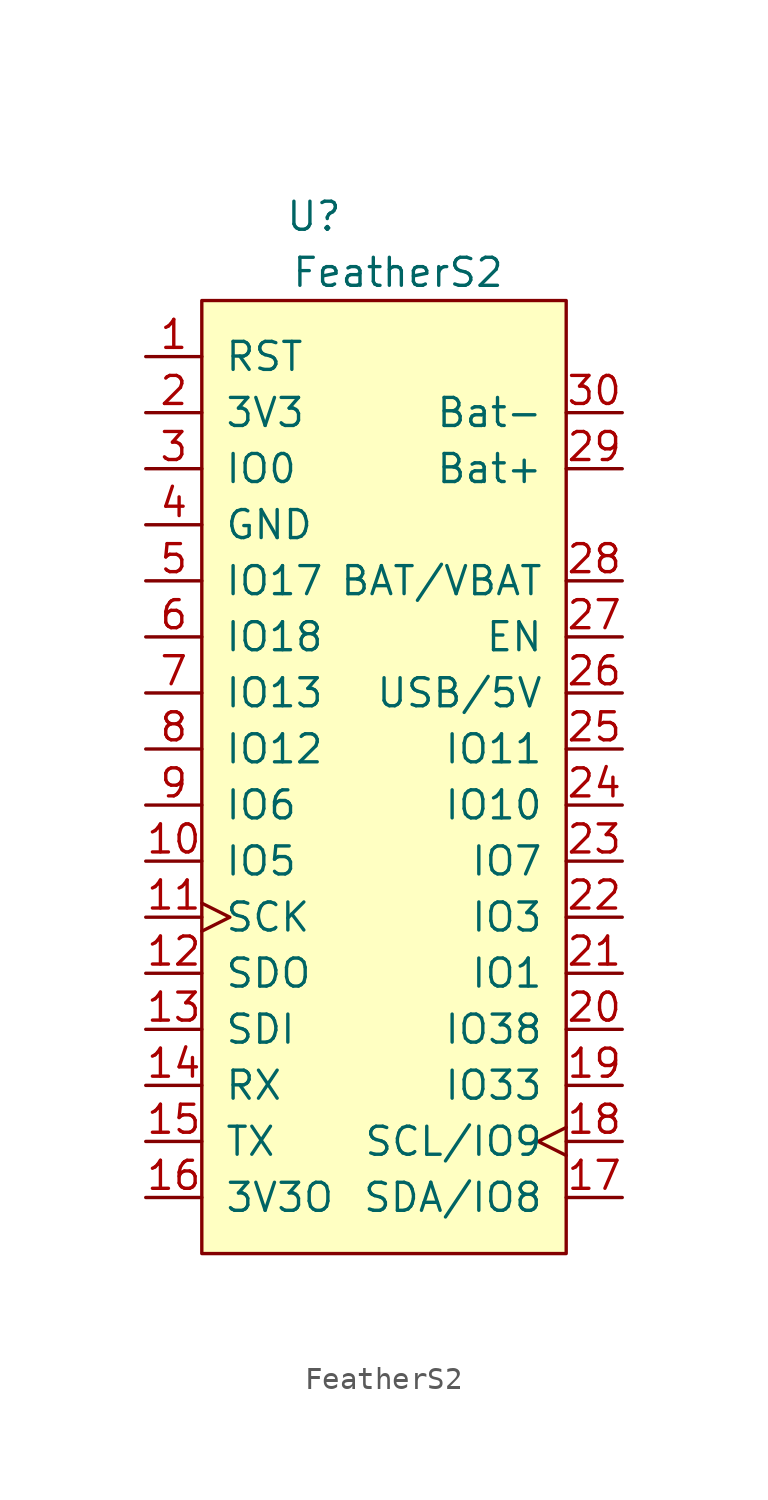
<source format=kicad_sym>
(kicad_symbol_lib
  (version 20211014)
  (generator kicad_symbol_editor)
  (symbol "FeatherS2"
    (pin_names
      (offset 1.016))
    (property "Reference" "U"
      (at -3.81 24.13 0)
      (effects (font (size 1.27 1.27))))
    (property "Value" "FeatherS2"
      (at 0 21.59 0)
      (effects (font (size 1.27 1.27))))
    (symbol "FeatherS2_0_1"
      (rectangle (start -8.89 20.32) (end 7.62 -22.86) (stroke (width 0) (type default) (color 0 0 0 0)) (fill (type background))))
    (symbol "FeatherS2_1_1"
      (pin input line (at -11.43 17.78 0) (length 2.54) (name "RST" (effects (font (size 1.27 1.27)))) (number "1" (effects (font (size 1.27 1.27)))))
      (pin bidirectional line (at -11.43 -5.08 0) (length 2.54) (name "IO5" (effects (font (size 1.27 1.27)))) (number "10" (effects (font (size 1.27 1.27)))))
      (pin output clock (at -11.43 -7.62 0) (length 2.54) (name "SCK" (effects (font (size 1.27 1.27)))) (number "11" (effects (font (size 1.27 1.27)))))
      (pin output line (at -11.43 -10.16 0) (length 2.54) (name "SDO" (effects (font (size 1.27 1.27)))) (number "12" (effects (font (size 1.27 1.27)))))
      (pin input line (at -11.43 -12.7 0) (length 2.54) (name "SDI" (effects (font (size 1.27 1.27)))) (number "13" (effects (font (size 1.27 1.27)))))
      (pin input line (at -11.43 -15.24 0) (length 2.54) (name "RX" (effects (font (size 1.27 1.27)))) (number "14" (effects (font (size 1.27 1.27)))))
      (pin output line (at -11.43 -17.78 0) (length 2.54) (name "TX" (effects (font (size 1.27 1.27)))) (number "15" (effects (font (size 1.27 1.27)))))
      (pin power_out line (at -11.43 -20.32 0) (length 2.54) (name "3V3O" (effects (font (size 1.27 1.27)))) (number "16" (effects (font (size 1.27 1.27)))))
      (pin bidirectional line (at 10.16 -20.32 180) (length 2.54) (name "SDA/IO8" (effects (font (size 1.27 1.27)))) (number "17" (effects (font (size 1.27 1.27)))))
      (pin bidirectional clock (at 10.16 -17.78 180) (length 2.54) (name "SCL/IO9" (effects (font (size 1.27 1.27)))) (number "18" (effects (font (size 1.27 1.27)))))
      (pin bidirectional line (at 10.16 -15.24 180) (length 2.54) (name "IO33" (effects (font (size 1.27 1.27)))) (number "19" (effects (font (size 1.27 1.27)))))
      (pin power_out line (at -11.43 15.24 0) (length 2.54) (name "3V3" (effects (font (size 1.27 1.27)))) (number "2" (effects (font (size 1.27 1.27)))))
      (pin bidirectional line (at 10.16 -12.7 180) (length 2.54) (name "IO38" (effects (font (size 1.27 1.27)))) (number "20" (effects (font (size 1.27 1.27)))))
      (pin bidirectional line (at 10.16 -10.16 180) (length 2.54) (name "IO1" (effects (font (size 1.27 1.27)))) (number "21" (effects (font (size 1.27 1.27)))))
      (pin bidirectional line (at 10.16 -7.62 180) (length 2.54) (name "IO3" (effects (font (size 1.27 1.27)))) (number "22" (effects (font (size 1.27 1.27)))))
      (pin bidirectional line (at 10.16 -5.08 180) (length 2.54) (name "IO7" (effects (font (size 1.27 1.27)))) (number "23" (effects (font (size 1.27 1.27)))))
      (pin bidirectional line (at 10.16 -2.54 180) (length 2.54) (name "IO10" (effects (font (size 1.27 1.27)))) (number "24" (effects (font (size 1.27 1.27)))))
      (pin bidirectional line (at 10.16 0 180) (length 2.54) (name "IO11" (effects (font (size 1.27 1.27)))) (number "25" (effects (font (size 1.27 1.27)))))
      (pin power_out line (at 10.16 2.54 180) (length 2.54) (name "USB/5V" (effects (font (size 1.27 1.27)))) (number "26" (effects (font (size 1.27 1.27)))))
      (pin bidirectional line (at 10.16 5.08 180) (length 2.54) (name "EN" (effects (font (size 1.27 1.27)))) (number "27" (effects (font (size 1.27 1.27)))))
      (pin bidirectional line (at 10.16 7.62 180) (length 2.54) (name "BAT/VBAT" (effects (font (size 1.27 1.27)))) (number "28" (effects (font (size 1.27 1.27)))))
      (pin power_in line (at 10.16 12.7 180) (length 2.54) (name "Bat+" (effects (font (size 1.27 1.27)))) (number "29" (effects (font (size 1.27 1.27)))))
      (pin bidirectional line (at -11.43 12.7 0) (length 2.54) (name "IO0" (effects (font (size 1.27 1.27)))) (number "3" (effects (font (size 1.27 1.27)))))
      (pin power_in line (at 10.16 15.24 180) (length 2.54) (name "Bat-" (effects (font (size 1.27 1.27)))) (number "30" (effects (font (size 1.27 1.27)))))
      (pin power_out line (at -11.43 10.16 0) (length 2.54) (name "GND" (effects (font (size 1.27 1.27)))) (number "4" (effects (font (size 1.27 1.27)))))
      (pin bidirectional line (at -11.43 7.62 0) (length 2.54) (name "IO17" (effects (font (size 1.27 1.27)))) (number "5" (effects (font (size 1.27 1.27)))))
      (pin bidirectional line (at -11.43 5.08 0) (length 2.54) (name "IO18" (effects (font (size 1.27 1.27)))) (number "6" (effects (font (size 1.27 1.27)))))
      (pin bidirectional line (at -11.43 2.54 0) (length 2.54) (name "IO13" (effects (font (size 1.27 1.27)))) (number "7" (effects (font (size 1.27 1.27)))))
      (pin bidirectional line (at -11.43 0 0) (length 2.54) (name "IO12" (effects (font (size 1.27 1.27)))) (number "8" (effects (font (size 1.27 1.27)))))
      (pin bidirectional line (at -11.43 -2.54 0) (length 2.54) (name "IO6" (effects (font (size 1.27 1.27)))) (number "9" (effects (font (size 1.27 1.27))))))))
</source>
